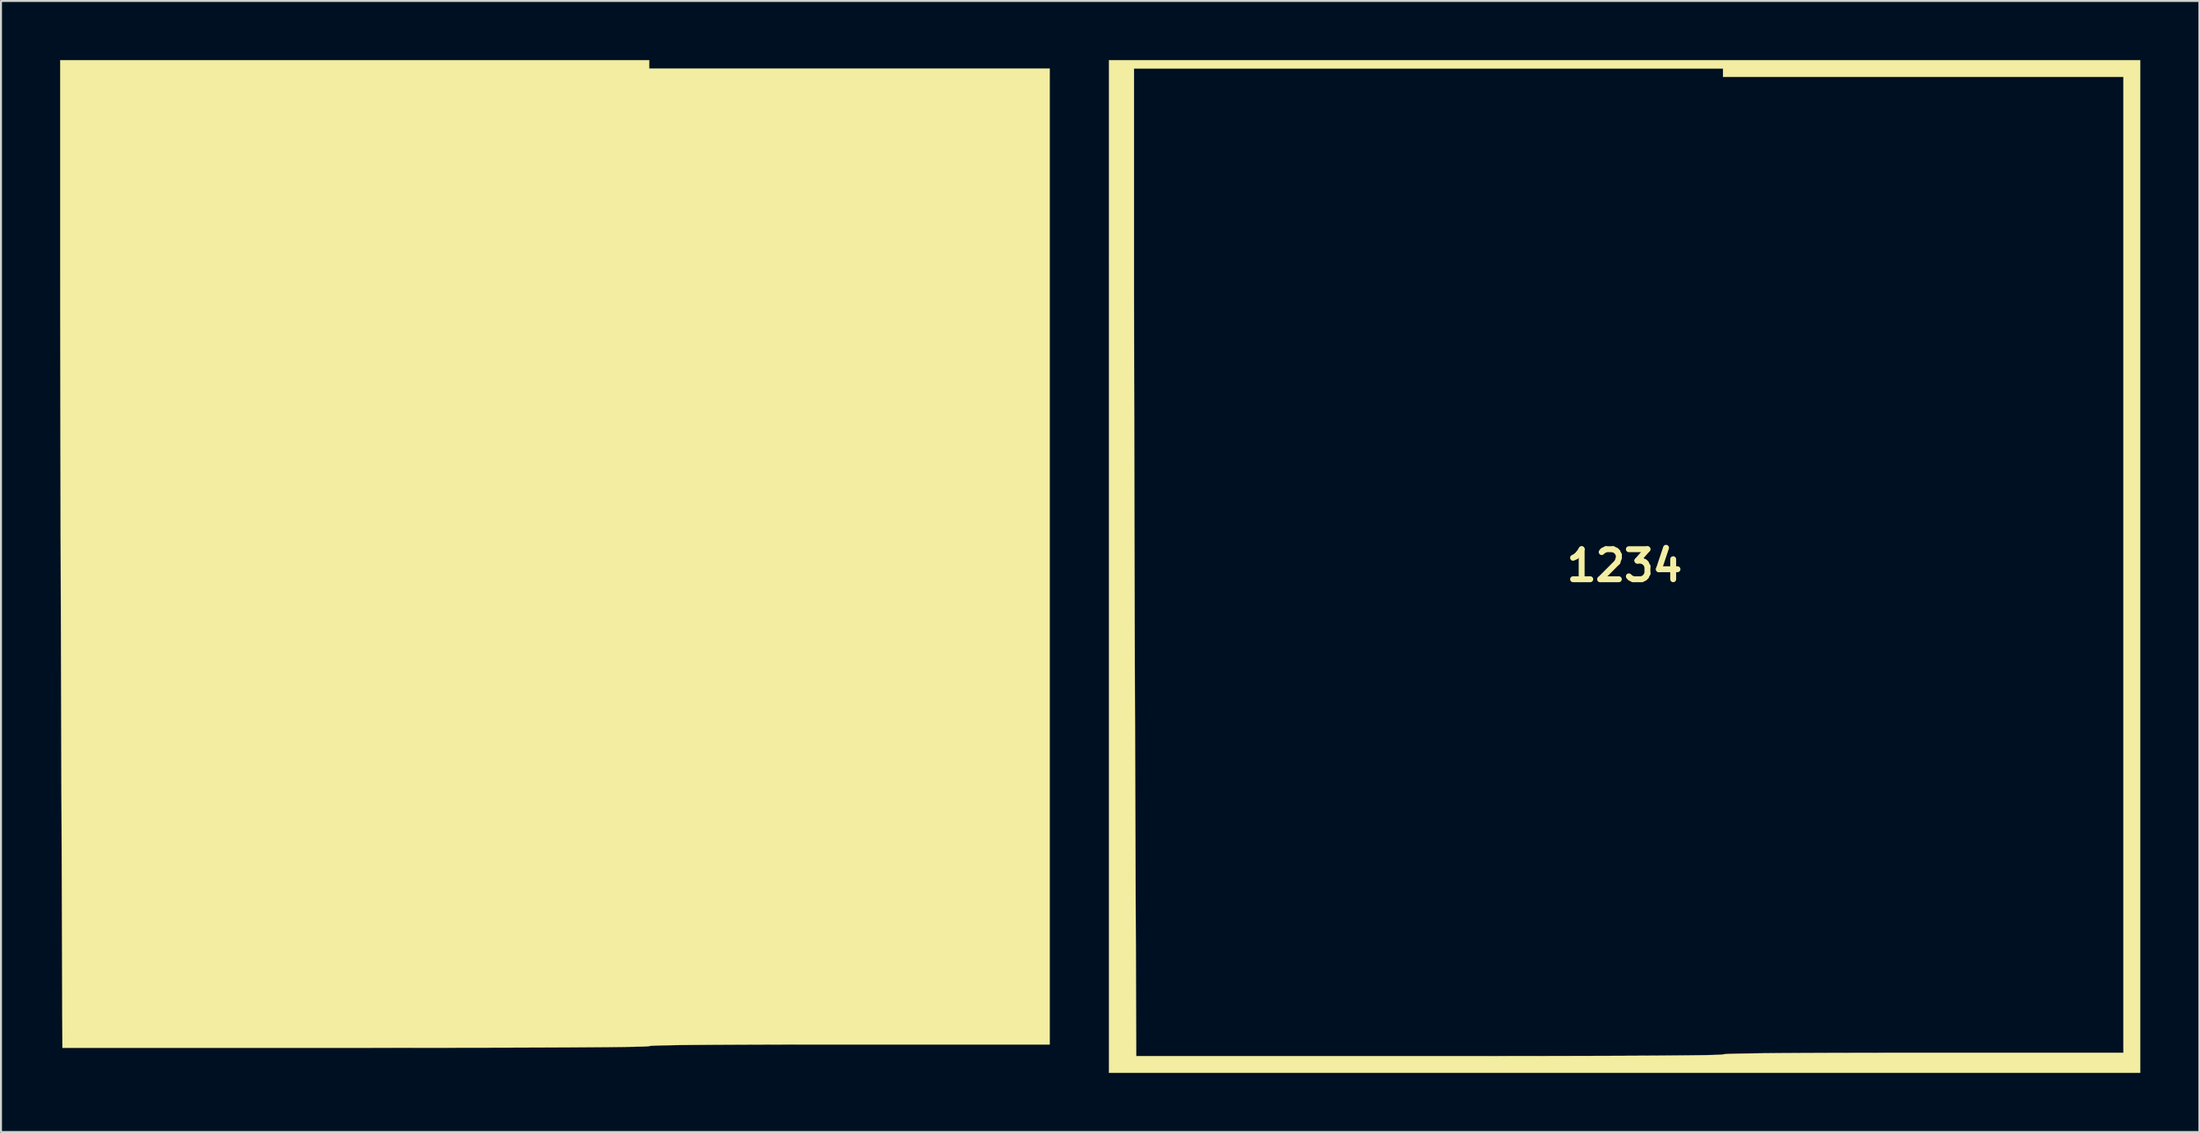
<source format=kicad_pcb>
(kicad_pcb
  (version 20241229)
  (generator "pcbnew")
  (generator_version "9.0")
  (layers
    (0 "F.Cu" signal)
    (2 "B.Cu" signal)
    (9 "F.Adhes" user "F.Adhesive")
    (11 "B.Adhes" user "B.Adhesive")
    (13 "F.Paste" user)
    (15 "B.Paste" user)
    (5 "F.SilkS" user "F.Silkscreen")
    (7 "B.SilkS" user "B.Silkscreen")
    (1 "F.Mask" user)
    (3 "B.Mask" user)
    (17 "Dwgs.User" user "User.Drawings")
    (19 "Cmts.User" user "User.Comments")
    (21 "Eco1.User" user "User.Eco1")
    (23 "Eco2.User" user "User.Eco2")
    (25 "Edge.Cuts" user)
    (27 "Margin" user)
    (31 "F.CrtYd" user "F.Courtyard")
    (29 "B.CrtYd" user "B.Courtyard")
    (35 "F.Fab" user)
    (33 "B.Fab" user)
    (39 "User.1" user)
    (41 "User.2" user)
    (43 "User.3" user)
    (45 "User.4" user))
  (footprint "1234"
    (layer "F.Cu")
    (at 79.384 25.659)
    (property "Reference" "1234" (at 0 0 0) (layer "F.SilkS") (effects (font (size 1.524 1.524) (thickness 0.3))))
    (attr through_hole)
    (fp_poly (pts (xy 26.162 25.739) (xy -26.162 25.739) (xy -26.162 -25.231) (xy -24.892 -25.231) (xy -24.892 -15.473) (xy -24.892 -14.279) (xy -24.891 -12.932) (xy -24.889 -11.451) (xy -24.887 -9.853) (xy -24.884 -8.155) (xy -24.88 -6.375) (xy -24.876 -4.529) (xy -24.872 -2.636) (xy -24.867 -0.712) (xy -24.862 1.225) (xy -24.857 3.158) (xy -24.851 5.069) (xy -24.845 6.941) (xy -24.839 8.756) (xy -24.836 9.588) (xy -24.779 24.892) (xy -9.892 24.892) (xy -7.754 24.892) (xy -5.78 24.89) (xy -3.97 24.888) (xy -2.325 24.884) (xy -0.846 24.88) (xy 0.468 24.875) (xy 1.615 24.869) (xy 2.596 24.861) (xy 3.41 24.853) (xy 4.056 24.844) (xy 4.534 24.834) (xy 4.844 24.823) (xy 4.986 24.812) (xy 4.995 24.807) (xy 5.08 24.793) (xy 5.333 24.78) (xy 5.754 24.768) (xy 6.342 24.757) (xy 7.096 24.748) (xy 8.016 24.74) (xy 9.101 24.734) (xy 10.349 24.729) (xy 11.762 24.726) (xy 13.336 24.723) (xy 15.072 24.723) (xy 15.155 24.723) (xy 25.315 24.723) (xy 25.315 -24.807) (xy 4.995 -24.807) (xy 4.995 -25.231) (xy -24.892 -25.231) (xy -26.162 -25.231) (xy -26.162 -25.654) (xy 26.162 -25.654) (xy 26.162 25.739)) (stroke (width 0.01) (type solid)) (fill yes) (layer "F.SilkS")))
  (footprint "123"
    (layer "F.Cu")
    (at 24.897 25.236)
    (property "Reference" "123" (at 0 0 0) (layer "F.SilkS") (effects (font (size 1.524 1.524) (thickness 0.3))))
    (attr through_hole)
    (fp_poly (pts (xy 4.995 -24.807) (xy 25.315 -24.807) (xy 25.315 24.723) (xy 15.155 24.723) (xy 13.412 24.723) (xy 11.83 24.725) (xy 10.41 24.729) (xy 9.154 24.734) (xy 8.062 24.74) (xy 7.135 24.748) (xy 6.373 24.757) (xy 5.777 24.767) (xy 5.349 24.779) (xy 5.088 24.792) (xy 4.996 24.807) (xy 4.995 24.807) (xy 4.911 24.819) (xy 4.657 24.831) (xy 4.235 24.841) (xy 3.645 24.85) (xy 2.888 24.859) (xy 1.963 24.866) (xy 0.871 24.873) (xy -0.387 24.878) (xy -1.811 24.883) (xy -3.4 24.887) (xy -5.154 24.889) (xy -7.073 24.891) (xy -9.156 24.892) (xy -9.892 24.892) (xy -24.779 24.892) (xy -24.836 9.588) (xy -24.842 7.806) (xy -24.848 5.958) (xy -24.854 4.063) (xy -24.86 2.139) (xy -24.865 0.202) (xy -24.87 -1.73) (xy -24.874 -3.64) (xy -24.879 -5.511) (xy -24.882 -7.324) (xy -24.885 -9.063) (xy -24.888 -10.711) (xy -24.89 -12.249) (xy -24.891 -13.661) (xy -24.892 -14.929) (xy -24.892 -15.473) (xy -24.892 -25.231) (xy 4.995 -25.231) (xy 4.995 -24.807)) (stroke (width 0.01) (type solid)) (fill yes) (layer "F.SilkS")))
  (gr_rect
    (start -3 -3)
    (end 108.551 54.403)
    (stroke (width 0.1) (type default))
    (fill no)
    (layer "Edge.Cuts")))
</source>
